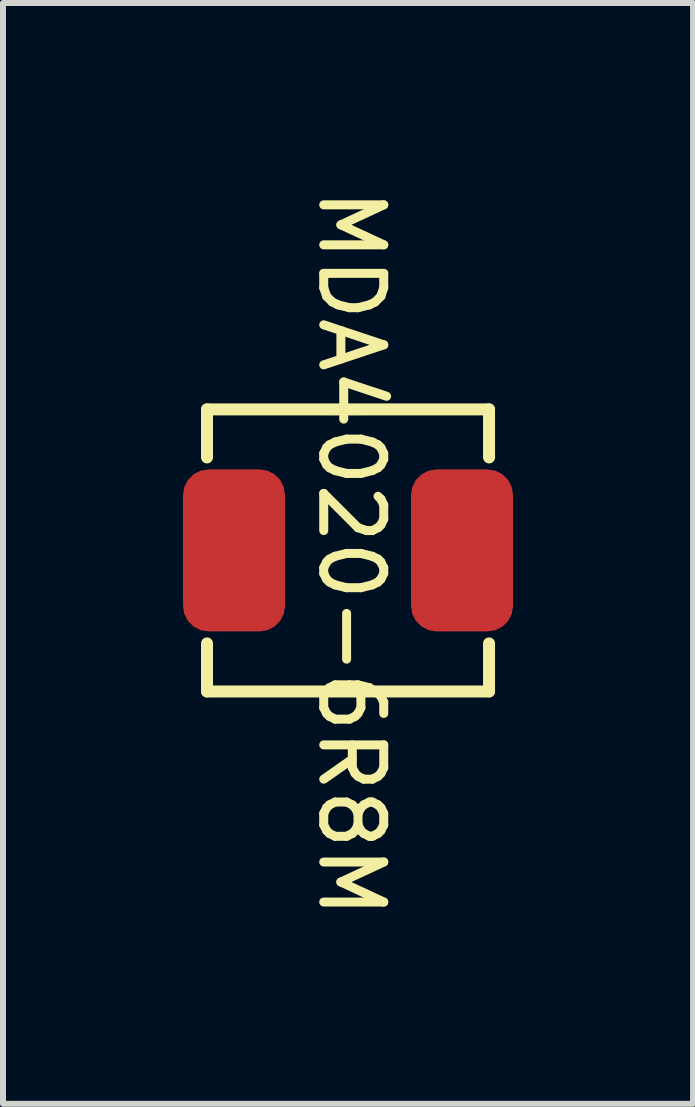
<source format=kicad_pcb>
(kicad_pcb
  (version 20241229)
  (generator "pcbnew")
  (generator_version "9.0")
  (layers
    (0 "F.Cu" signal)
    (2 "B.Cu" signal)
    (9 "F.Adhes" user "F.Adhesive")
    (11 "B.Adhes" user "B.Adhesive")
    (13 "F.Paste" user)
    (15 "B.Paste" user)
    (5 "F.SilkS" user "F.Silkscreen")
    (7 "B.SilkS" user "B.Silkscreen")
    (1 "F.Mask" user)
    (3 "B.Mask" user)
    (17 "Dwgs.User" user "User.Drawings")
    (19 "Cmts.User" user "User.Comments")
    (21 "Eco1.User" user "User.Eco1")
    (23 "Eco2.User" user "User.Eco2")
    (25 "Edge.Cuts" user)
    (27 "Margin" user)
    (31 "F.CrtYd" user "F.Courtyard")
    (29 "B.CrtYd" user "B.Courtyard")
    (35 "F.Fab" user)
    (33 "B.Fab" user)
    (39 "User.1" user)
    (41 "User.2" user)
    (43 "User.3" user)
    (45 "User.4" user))
  (footprint "MDA4020-6R8M"
    (layer "F.Cu")
    (at 2.8 1.373)
    (property "Reference" "MDA4020-6R8M" (at 0 4.8 270) (unlocked yes) (layer "F.SilkS") (effects (font (size 1 1) (thickness 0.15))))
    (attr smd)
    (fp_line (start -2.4 2.4) (end 2.3 2.4) (stroke (width 0.2) (type solid)) (layer "F.SilkS"))
    (fp_line (start -2.4 3.2) (end -2.4 2.4) (stroke (width 0.2) (type solid)) (layer "F.SilkS"))
    (fp_line (start -2.4 6.3) (end -2.4 7.1) (stroke (width 0.2) (type solid)) (layer "F.SilkS"))
    (fp_line (start -2.4 7.1) (end 2.3 7.1) (stroke (width 0.2) (type solid)) (layer "F.SilkS"))
    (fp_line (start 2.3 2.4) (end 2.3 3.2) (stroke (width 0.2) (type solid)) (layer "F.SilkS"))
    (fp_line (start 2.3 7.1) (end 2.3 6.3) (stroke (width 0.2) (type solid)) (layer "F.SilkS"))
    (pad "1" smd roundrect (at -1.95 4.75 90) (size 2.7 1.7) (layers "F.Cu" "F.Mask" "F.Paste") (roundrect_rratio 0.25))
    (pad "2" smd roundrect (at 1.85 4.75) (size 1.7 2.7) (layers "F.Cu" "F.Mask" "F.Paste") (roundrect_rratio 0.25)))
  (gr_rect
    (start -3 -3)
    (end 8.5 15.345)
    (stroke (width 0.1) (type default))
    (fill no)
    (layer "Edge.Cuts")))
</source>
